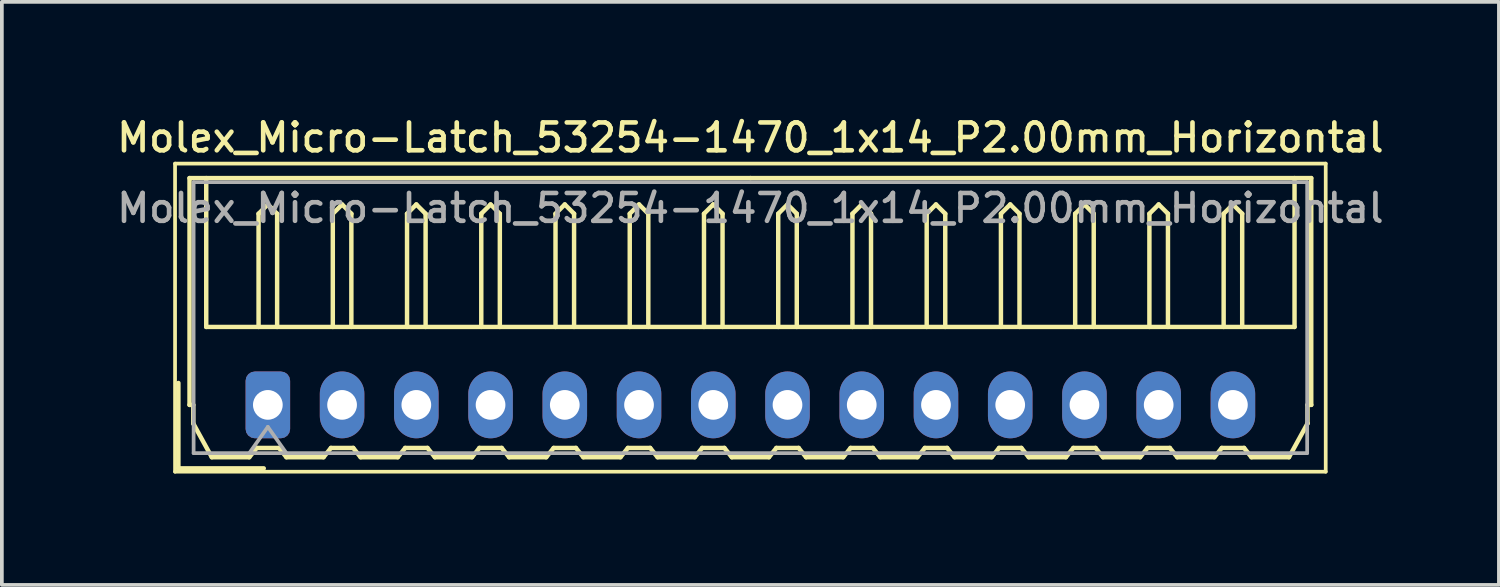
<source format=kicad_pcb>
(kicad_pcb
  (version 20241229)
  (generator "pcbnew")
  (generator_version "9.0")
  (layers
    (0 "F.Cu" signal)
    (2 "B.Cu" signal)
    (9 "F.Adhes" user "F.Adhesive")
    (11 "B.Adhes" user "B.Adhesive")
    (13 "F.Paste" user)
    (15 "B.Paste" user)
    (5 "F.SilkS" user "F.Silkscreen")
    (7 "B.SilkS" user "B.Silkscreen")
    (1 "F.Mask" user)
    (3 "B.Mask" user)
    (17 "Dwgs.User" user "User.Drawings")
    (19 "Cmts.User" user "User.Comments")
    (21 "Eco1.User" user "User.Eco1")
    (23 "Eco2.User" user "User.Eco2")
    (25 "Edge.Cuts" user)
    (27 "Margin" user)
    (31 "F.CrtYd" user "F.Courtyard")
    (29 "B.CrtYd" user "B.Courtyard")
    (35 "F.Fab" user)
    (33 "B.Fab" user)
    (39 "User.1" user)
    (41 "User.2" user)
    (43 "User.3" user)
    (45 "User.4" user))
  (footprint "Molex_Micro-Latch_53254-1470_1x14_P2.00mm_Horizontal"
    (layer "F.Cu")
    (at 4.166 7.858)
    (property "Reference" "Molex_Micro-Latch_53254-1470_1x14_P2.00mm_Horizontal" (at 13 -7.2 0) (layer "F.SilkS") (effects (font (size 0.75 0.75) (thickness 0.125))))
    (attr through_hole)
    (fp_line (start -2.5 -6.5) (end -2.5 1.8) (stroke (width 0.1) (type solid)) (layer "F.SilkS"))
    (fp_line (start -2.5 1.8) (end 28.5 1.8) (stroke (width 0.1) (type solid)) (layer "F.SilkS"))
    (fp_line (start -2.41 1.71) (end -2.41 -0.59) (stroke (width 0.12) (type solid)) (layer "F.SilkS"))
    (fp_line (start -2.11 -6.11) (end 13 -6.11) (stroke (width 0.12) (type solid)) (layer "F.SilkS"))
    (fp_line (start -2.11 0) (end -2.11 -6.11) (stroke (width 0.12) (type solid)) (layer "F.SilkS"))
    (fp_line (start -2.01 0) (end -2.11 0) (stroke (width 0.12) (type solid)) (layer "F.SilkS"))
    (fp_line (start -2.01 0.5) (end -2.01 0) (stroke (width 0.12) (type solid)) (layer "F.SilkS"))
    (fp_line (start -1.66 -6.11) (end -1.66 -2.1) (stroke (width 0.12) (type solid)) (layer "F.SilkS"))
    (fp_line (start -1.66 -2.1) (end 27.66 -2.1) (stroke (width 0.12) (type solid)) (layer "F.SilkS"))
    (fp_line (start -1.51 1.41) (end -2.01 0.5) (stroke (width 0.12) (type solid)) (layer "F.SilkS"))
    (fp_line (start -0.5 1.41) (end -1.51 1.41) (stroke (width 0.12) (type solid)) (layer "F.SilkS"))
    (fp_line (start -0.3 1.16) (end -0.5 1.41) (stroke (width 0.12) (type solid)) (layer "F.SilkS"))
    (fp_line (start -0.3 1.16) (end 0.3 1.16) (stroke (width 0.12) (type solid)) (layer "F.SilkS"))
    (fp_line (start -0.25 -5.15) (end 0 -5.4) (stroke (width 0.12) (type solid)) (layer "F.SilkS"))
    (fp_line (start -0.25 -2.1) (end -0.25 -5.15) (stroke (width 0.12) (type solid)) (layer "F.SilkS"))
    (fp_line (start -0.11 1.71) (end -2.41 1.71) (stroke (width 0.12) (type solid)) (layer "F.SilkS"))
    (fp_line (start 0 -5.4) (end 0.25 -5.15) (stroke (width 0.12) (type solid)) (layer "F.SilkS"))
    (fp_line (start 0.25 -5.15) (end 0.25 -2.1) (stroke (width 0.12) (type solid)) (layer "F.SilkS"))
    (fp_line (start 0.3 1.16) (end 0.5 1.41) (stroke (width 0.12) (type solid)) (layer "F.SilkS"))
    (fp_line (start 0.5 1.41) (end 1.5 1.41) (stroke (width 0.12) (type solid)) (layer "F.SilkS"))
    (fp_line (start 1.5 1.41) (end 1.7 1.16) (stroke (width 0.12) (type solid)) (layer "F.SilkS"))
    (fp_line (start 1.7 1.16) (end 2.3 1.16) (stroke (width 0.12) (type solid)) (layer "F.SilkS"))
    (fp_line (start 1.75 -5.15) (end 2 -5.4) (stroke (width 0.12) (type solid)) (layer "F.SilkS"))
    (fp_line (start 1.75 -2.1) (end 1.75 -5.15) (stroke (width 0.12) (type solid)) (layer "F.SilkS"))
    (fp_line (start 2 -5.4) (end 2.25 -5.15) (stroke (width 0.12) (type solid)) (layer "F.SilkS"))
    (fp_line (start 2.25 -5.15) (end 2.25 -2.1) (stroke (width 0.12) (type solid)) (layer "F.SilkS"))
    (fp_line (start 2.3 1.16) (end 2.5 1.41) (stroke (width 0.12) (type solid)) (layer "F.SilkS"))
    (fp_line (start 2.5 1.41) (end 3.5 1.41) (stroke (width 0.12) (type solid)) (layer "F.SilkS"))
    (fp_line (start 3.5 1.41) (end 3.7 1.16) (stroke (width 0.12) (type solid)) (layer "F.SilkS"))
    (fp_line (start 3.7 1.16) (end 4.3 1.16) (stroke (width 0.12) (type solid)) (layer "F.SilkS"))
    (fp_line (start 3.75 -5.15) (end 4 -5.4) (stroke (width 0.12) (type solid)) (layer "F.SilkS"))
    (fp_line (start 3.75 -2.1) (end 3.75 -5.15) (stroke (width 0.12) (type solid)) (layer "F.SilkS"))
    (fp_line (start 4 -5.4) (end 4.25 -5.15) (stroke (width 0.12) (type solid)) (layer "F.SilkS"))
    (fp_line (start 4.25 -5.15) (end 4.25 -2.1) (stroke (width 0.12) (type solid)) (layer "F.SilkS"))
    (fp_line (start 4.3 1.16) (end 4.5 1.41) (stroke (width 0.12) (type solid)) (layer "F.SilkS"))
    (fp_line (start 4.5 1.41) (end 5.5 1.41) (stroke (width 0.12) (type solid)) (layer "F.SilkS"))
    (fp_line (start 5.5 1.41) (end 5.7 1.16) (stroke (width 0.12) (type solid)) (layer "F.SilkS"))
    (fp_line (start 5.7 1.16) (end 6.3 1.16) (stroke (width 0.12) (type solid)) (layer "F.SilkS"))
    (fp_line (start 5.75 -5.15) (end 6 -5.4) (stroke (width 0.12) (type solid)) (layer "F.SilkS"))
    (fp_line (start 5.75 -2.1) (end 5.75 -5.15) (stroke (width 0.12) (type solid)) (layer "F.SilkS"))
    (fp_line (start 6 -5.4) (end 6.25 -5.15) (stroke (width 0.12) (type solid)) (layer "F.SilkS"))
    (fp_line (start 6.25 -5.15) (end 6.25 -2.1) (stroke (width 0.12) (type solid)) (layer "F.SilkS"))
    (fp_line (start 6.3 1.16) (end 6.5 1.41) (stroke (width 0.12) (type solid)) (layer "F.SilkS"))
    (fp_line (start 6.5 1.41) (end 7.5 1.41) (stroke (width 0.12) (type solid)) (layer "F.SilkS"))
    (fp_line (start 7.5 1.41) (end 7.7 1.16) (stroke (width 0.12) (type solid)) (layer "F.SilkS"))
    (fp_line (start 7.7 1.16) (end 8.3 1.16) (stroke (width 0.12) (type solid)) (layer "F.SilkS"))
    (fp_line (start 7.75 -5.15) (end 8 -5.4) (stroke (width 0.12) (type solid)) (layer "F.SilkS"))
    (fp_line (start 7.75 -2.1) (end 7.75 -5.15) (stroke (width 0.12) (type solid)) (layer "F.SilkS"))
    (fp_line (start 8 -5.4) (end 8.25 -5.15) (stroke (width 0.12) (type solid)) (layer "F.SilkS"))
    (fp_line (start 8.25 -5.15) (end 8.25 -2.1) (stroke (width 0.12) (type solid)) (layer "F.SilkS"))
    (fp_line (start 8.3 1.16) (end 8.5 1.41) (stroke (width 0.12) (type solid)) (layer "F.SilkS"))
    (fp_line (start 8.5 1.41) (end 9.5 1.41) (stroke (width 0.12) (type solid)) (layer "F.SilkS"))
    (fp_line (start 9.5 1.41) (end 9.7 1.16) (stroke (width 0.12) (type solid)) (layer "F.SilkS"))
    (fp_line (start 9.7 1.16) (end 10.3 1.16) (stroke (width 0.12) (type solid)) (layer "F.SilkS"))
    (fp_line (start 9.75 -5.15) (end 10 -5.4) (stroke (width 0.12) (type solid)) (layer "F.SilkS"))
    (fp_line (start 9.75 -2.1) (end 9.75 -5.15) (stroke (width 0.12) (type solid)) (layer "F.SilkS"))
    (fp_line (start 10 -5.4) (end 10.25 -5.15) (stroke (width 0.12) (type solid)) (layer "F.SilkS"))
    (fp_line (start 10.25 -5.15) (end 10.25 -2.1) (stroke (width 0.12) (type solid)) (layer "F.SilkS"))
    (fp_line (start 10.3 1.16) (end 10.5 1.41) (stroke (width 0.12) (type solid)) (layer "F.SilkS"))
    (fp_line (start 10.5 1.41) (end 11.5 1.41) (stroke (width 0.12) (type solid)) (layer "F.SilkS"))
    (fp_line (start 11.5 1.41) (end 11.7 1.16) (stroke (width 0.12) (type solid)) (layer "F.SilkS"))
    (fp_line (start 11.7 1.16) (end 12.3 1.16) (stroke (width 0.12) (type solid)) (layer "F.SilkS"))
    (fp_line (start 11.75 -5.15) (end 12 -5.4) (stroke (width 0.12) (type solid)) (layer "F.SilkS"))
    (fp_line (start 11.75 -2.1) (end 11.75 -5.15) (stroke (width 0.12) (type solid)) (layer "F.SilkS"))
    (fp_line (start 12 -5.4) (end 12.25 -5.15) (stroke (width 0.12) (type solid)) (layer "F.SilkS"))
    (fp_line (start 12.25 -5.15) (end 12.25 -2.1) (stroke (width 0.12) (type solid)) (layer "F.SilkS"))
    (fp_line (start 12.3 1.16) (end 12.5 1.41) (stroke (width 0.12) (type solid)) (layer "F.SilkS"))
    (fp_line (start 12.5 1.41) (end 13.5 1.41) (stroke (width 0.12) (type solid)) (layer "F.SilkS"))
    (fp_line (start 13.5 1.41) (end 13.7 1.16) (stroke (width 0.12) (type solid)) (layer "F.SilkS"))
    (fp_line (start 13.7 1.16) (end 14.3 1.16) (stroke (width 0.12) (type solid)) (layer "F.SilkS"))
    (fp_line (start 13.75 -5.15) (end 14 -5.4) (stroke (width 0.12) (type solid)) (layer "F.SilkS"))
    (fp_line (start 13.75 -2.1) (end 13.75 -5.15) (stroke (width 0.12) (type solid)) (layer "F.SilkS"))
    (fp_line (start 14 -5.4) (end 14.25 -5.15) (stroke (width 0.12) (type solid)) (layer "F.SilkS"))
    (fp_line (start 14.25 -5.15) (end 14.25 -2.1) (stroke (width 0.12) (type solid)) (layer "F.SilkS"))
    (fp_line (start 14.3 1.16) (end 14.5 1.41) (stroke (width 0.12) (type solid)) (layer "F.SilkS"))
    (fp_line (start 14.5 1.41) (end 15.5 1.41) (stroke (width 0.12) (type solid)) (layer "F.SilkS"))
    (fp_line (start 15.5 1.41) (end 15.7 1.16) (stroke (width 0.12) (type solid)) (layer "F.SilkS"))
    (fp_line (start 15.7 1.16) (end 16.3 1.16) (stroke (width 0.12) (type solid)) (layer "F.SilkS"))
    (fp_line (start 15.75 -5.15) (end 16 -5.4) (stroke (width 0.12) (type solid)) (layer "F.SilkS"))
    (fp_line (start 15.75 -2.1) (end 15.75 -5.15) (stroke (width 0.12) (type solid)) (layer "F.SilkS"))
    (fp_line (start 16 -5.4) (end 16.25 -5.15) (stroke (width 0.12) (type solid)) (layer "F.SilkS"))
    (fp_line (start 16.25 -5.15) (end 16.25 -2.1) (stroke (width 0.12) (type solid)) (layer "F.SilkS"))
    (fp_line (start 16.3 1.16) (end 16.5 1.41) (stroke (width 0.12) (type solid)) (layer "F.SilkS"))
    (fp_line (start 16.5 1.41) (end 17.5 1.41) (stroke (width 0.12) (type solid)) (layer "F.SilkS"))
    (fp_line (start 17.5 1.41) (end 17.7 1.16) (stroke (width 0.12) (type solid)) (layer "F.SilkS"))
    (fp_line (start 17.7 1.16) (end 18.3 1.16) (stroke (width 0.12) (type solid)) (layer "F.SilkS"))
    (fp_line (start 17.75 -5.15) (end 18 -5.4) (stroke (width 0.12) (type solid)) (layer "F.SilkS"))
    (fp_line (start 17.75 -2.1) (end 17.75 -5.15) (stroke (width 0.12) (type solid)) (layer "F.SilkS"))
    (fp_line (start 18 -5.4) (end 18.25 -5.15) (stroke (width 0.12) (type solid)) (layer "F.SilkS"))
    (fp_line (start 18.25 -5.15) (end 18.25 -2.1) (stroke (width 0.12) (type solid)) (layer "F.SilkS"))
    (fp_line (start 18.3 1.16) (end 18.5 1.41) (stroke (width 0.12) (type solid)) (layer "F.SilkS"))
    (fp_line (start 18.5 1.41) (end 19.5 1.41) (stroke (width 0.12) (type solid)) (layer "F.SilkS"))
    (fp_line (start 19.5 1.41) (end 19.7 1.16) (stroke (width 0.12) (type solid)) (layer "F.SilkS"))
    (fp_line (start 19.7 1.16) (end 20.3 1.16) (stroke (width 0.12) (type solid)) (layer "F.SilkS"))
    (fp_line (start 19.75 -5.15) (end 20 -5.4) (stroke (width 0.12) (type solid)) (layer "F.SilkS"))
    (fp_line (start 19.75 -2.1) (end 19.75 -5.15) (stroke (width 0.12) (type solid)) (layer "F.SilkS"))
    (fp_line (start 20 -5.4) (end 20.25 -5.15) (stroke (width 0.12) (type solid)) (layer "F.SilkS"))
    (fp_line (start 20.25 -5.15) (end 20.25 -2.1) (stroke (width 0.12) (type solid)) (layer "F.SilkS"))
    (fp_line (start 20.3 1.16) (end 20.5 1.41) (stroke (width 0.12) (type solid)) (layer "F.SilkS"))
    (fp_line (start 20.5 1.41) (end 21.5 1.41) (stroke (width 0.12) (type solid)) (layer "F.SilkS"))
    (fp_line (start 21.5 1.41) (end 21.7 1.16) (stroke (width 0.12) (type solid)) (layer "F.SilkS"))
    (fp_line (start 21.7 1.16) (end 22.3 1.16) (stroke (width 0.12) (type solid)) (layer "F.SilkS"))
    (fp_line (start 21.75 -5.15) (end 22 -5.4) (stroke (width 0.12) (type solid)) (layer "F.SilkS"))
    (fp_line (start 21.75 -2.1) (end 21.75 -5.15) (stroke (width 0.12) (type solid)) (layer "F.SilkS"))
    (fp_line (start 22 -5.4) (end 22.25 -5.15) (stroke (width 0.12) (type solid)) (layer "F.SilkS"))
    (fp_line (start 22.25 -5.15) (end 22.25 -2.1) (stroke (width 0.12) (type solid)) (layer "F.SilkS"))
    (fp_line (start 22.3 1.16) (end 22.5 1.41) (stroke (width 0.12) (type solid)) (layer "F.SilkS"))
    (fp_line (start 22.5 1.41) (end 23.5 1.41) (stroke (width 0.12) (type solid)) (layer "F.SilkS"))
    (fp_line (start 23.5 1.41) (end 23.7 1.16) (stroke (width 0.12) (type solid)) (layer "F.SilkS"))
    (fp_line (start 23.7 1.16) (end 24.3 1.16) (stroke (width 0.12) (type solid)) (layer "F.SilkS"))
    (fp_line (start 23.75 -5.15) (end 24 -5.4) (stroke (width 0.12) (type solid)) (layer "F.SilkS"))
    (fp_line (start 23.75 -2.1) (end 23.75 -5.15) (stroke (width 0.12) (type solid)) (layer "F.SilkS"))
    (fp_line (start 24 -5.4) (end 24.25 -5.15) (stroke (width 0.12) (type solid)) (layer "F.SilkS"))
    (fp_line (start 24.25 -5.15) (end 24.25 -2.1) (stroke (width 0.12) (type solid)) (layer "F.SilkS"))
    (fp_line (start 24.3 1.16) (end 24.5 1.41) (stroke (width 0.12) (type solid)) (layer "F.SilkS"))
    (fp_line (start 24.5 1.41) (end 25.5 1.41) (stroke (width 0.12) (type solid)) (layer "F.SilkS"))
    (fp_line (start 25.5 1.41) (end 25.7 1.16) (stroke (width 0.12) (type solid)) (layer "F.SilkS"))
    (fp_line (start 25.7 1.16) (end 26.3 1.16) (stroke (width 0.12) (type solid)) (layer "F.SilkS"))
    (fp_line (start 25.75 -5.15) (end 26 -5.4) (stroke (width 0.12) (type solid)) (layer "F.SilkS"))
    (fp_line (start 25.75 -2.1) (end 25.75 -5.15) (stroke (width 0.12) (type solid)) (layer "F.SilkS"))
    (fp_line (start 26 -5.4) (end 26.25 -5.15) (stroke (width 0.12) (type solid)) (layer "F.SilkS"))
    (fp_line (start 26.25 -5.15) (end 26.25 -2.1) (stroke (width 0.12) (type solid)) (layer "F.SilkS"))
    (fp_line (start 26.3 1.16) (end 26.5 1.41) (stroke (width 0.12) (type solid)) (layer "F.SilkS"))
    (fp_line (start 26.5 1.41) (end 27.51 1.41) (stroke (width 0.12) (type solid)) (layer "F.SilkS"))
    (fp_line (start 27.51 1.41) (end 28.01 0.5) (stroke (width 0.12) (type solid)) (layer "F.SilkS"))
    (fp_line (start 27.66 -2.1) (end 27.66 -6.11) (stroke (width 0.12) (type solid)) (layer "F.SilkS"))
    (fp_line (start 28.01 0) (end 28.11 0) (stroke (width 0.12) (type solid)) (layer "F.SilkS"))
    (fp_line (start 28.01 0.5) (end 28.01 0) (stroke (width 0.12) (type solid)) (layer "F.SilkS"))
    (fp_line (start 28.11 -6.11) (end 13 -6.11) (stroke (width 0.12) (type solid)) (layer "F.SilkS"))
    (fp_line (start 28.11 0) (end 28.11 -6.11) (stroke (width 0.12) (type solid)) (layer "F.SilkS"))
    (fp_line (start 28.5 -6.5) (end -2.5 -6.5) (stroke (width 0.1) (type solid)) (layer "F.SilkS"))
    (fp_line (start 28.5 1.8) (end 28.5 -6.5) (stroke (width 0.1) (type solid)) (layer "F.SilkS"))
    (fp_line (start -2 -6) (end -2 1.3) (stroke (width 0.1) (type solid)) (layer "F.Fab"))
    (fp_line (start -2 1.3) (end 28 1.3) (stroke (width 0.1) (type solid)) (layer "F.Fab"))
    (fp_line (start -0.5 1.3) (end 0 0.593) (stroke (width 0.1) (type solid)) (layer "F.Fab"))
    (fp_line (start 0 0.593) (end 0.5 1.3) (stroke (width 0.1) (type solid)) (layer "F.Fab"))
    (fp_line (start 28 -6) (end -2 -6) (stroke (width 0.1) (type solid)) (layer "F.Fab"))
    (fp_line (start 28 1.3) (end 28 -6) (stroke (width 0.1) (type solid)) (layer "F.Fab"))
    (fp_text user "${REFERENCE}" (at 13 -5.3 0) (layer "F.Fab") (effects (font (size 0.75 0.75) (thickness 0.125))))
    (pad "1" thru_hole roundrect (at 0 0) (size 1.2 1.8) (drill 0.8) (layers "*.Cu" "*.Mask") (roundrect_rratio 0.208))
    (pad "2" thru_hole oval (at 2 0) (size 1.2 1.8) (drill 0.8) (layers "*.Cu" "*.Mask"))
    (pad "3" thru_hole oval (at 4 0) (size 1.2 1.8) (drill 0.8) (layers "*.Cu" "*.Mask"))
    (pad "4" thru_hole oval (at 6 0) (size 1.2 1.8) (drill 0.8) (layers "*.Cu" "*.Mask"))
    (pad "5" thru_hole oval (at 8 0) (size 1.2 1.8) (drill 0.8) (layers "*.Cu" "*.Mask"))
    (pad "6" thru_hole oval (at 10 0) (size 1.2 1.8) (drill 0.8) (layers "*.Cu" "*.Mask"))
    (pad "7" thru_hole oval (at 12 0) (size 1.2 1.8) (drill 0.8) (layers "*.Cu" "*.Mask"))
    (pad "8" thru_hole oval (at 14 0) (size 1.2 1.8) (drill 0.8) (layers "*.Cu" "*.Mask"))
    (pad "9" thru_hole oval (at 16 0) (size 1.2 1.8) (drill 0.8) (layers "*.Cu" "*.Mask"))
    (pad "10" thru_hole oval (at 18 0) (size 1.2 1.8) (drill 0.8) (layers "*.Cu" "*.Mask"))
    (pad "11" thru_hole oval (at 20 0) (size 1.2 1.8) (drill 0.8) (layers "*.Cu" "*.Mask"))
    (pad "12" thru_hole oval (at 22 0) (size 1.2 1.8) (drill 0.8) (layers "*.Cu" "*.Mask"))
    (pad "13" thru_hole oval (at 24 0) (size 1.2 1.8) (drill 0.8) (layers "*.Cu" "*.Mask"))
    (pad "14" thru_hole oval (at 26 0) (size 1.2 1.8) (drill 0.8) (layers "*.Cu" "*.Mask")))
  (gr_rect
    (start -3 -3)
    (end 37.332 12.708)
    (stroke (width 0.1) (type default))
    (fill no)
    (layer "Edge.Cuts")))
</source>
